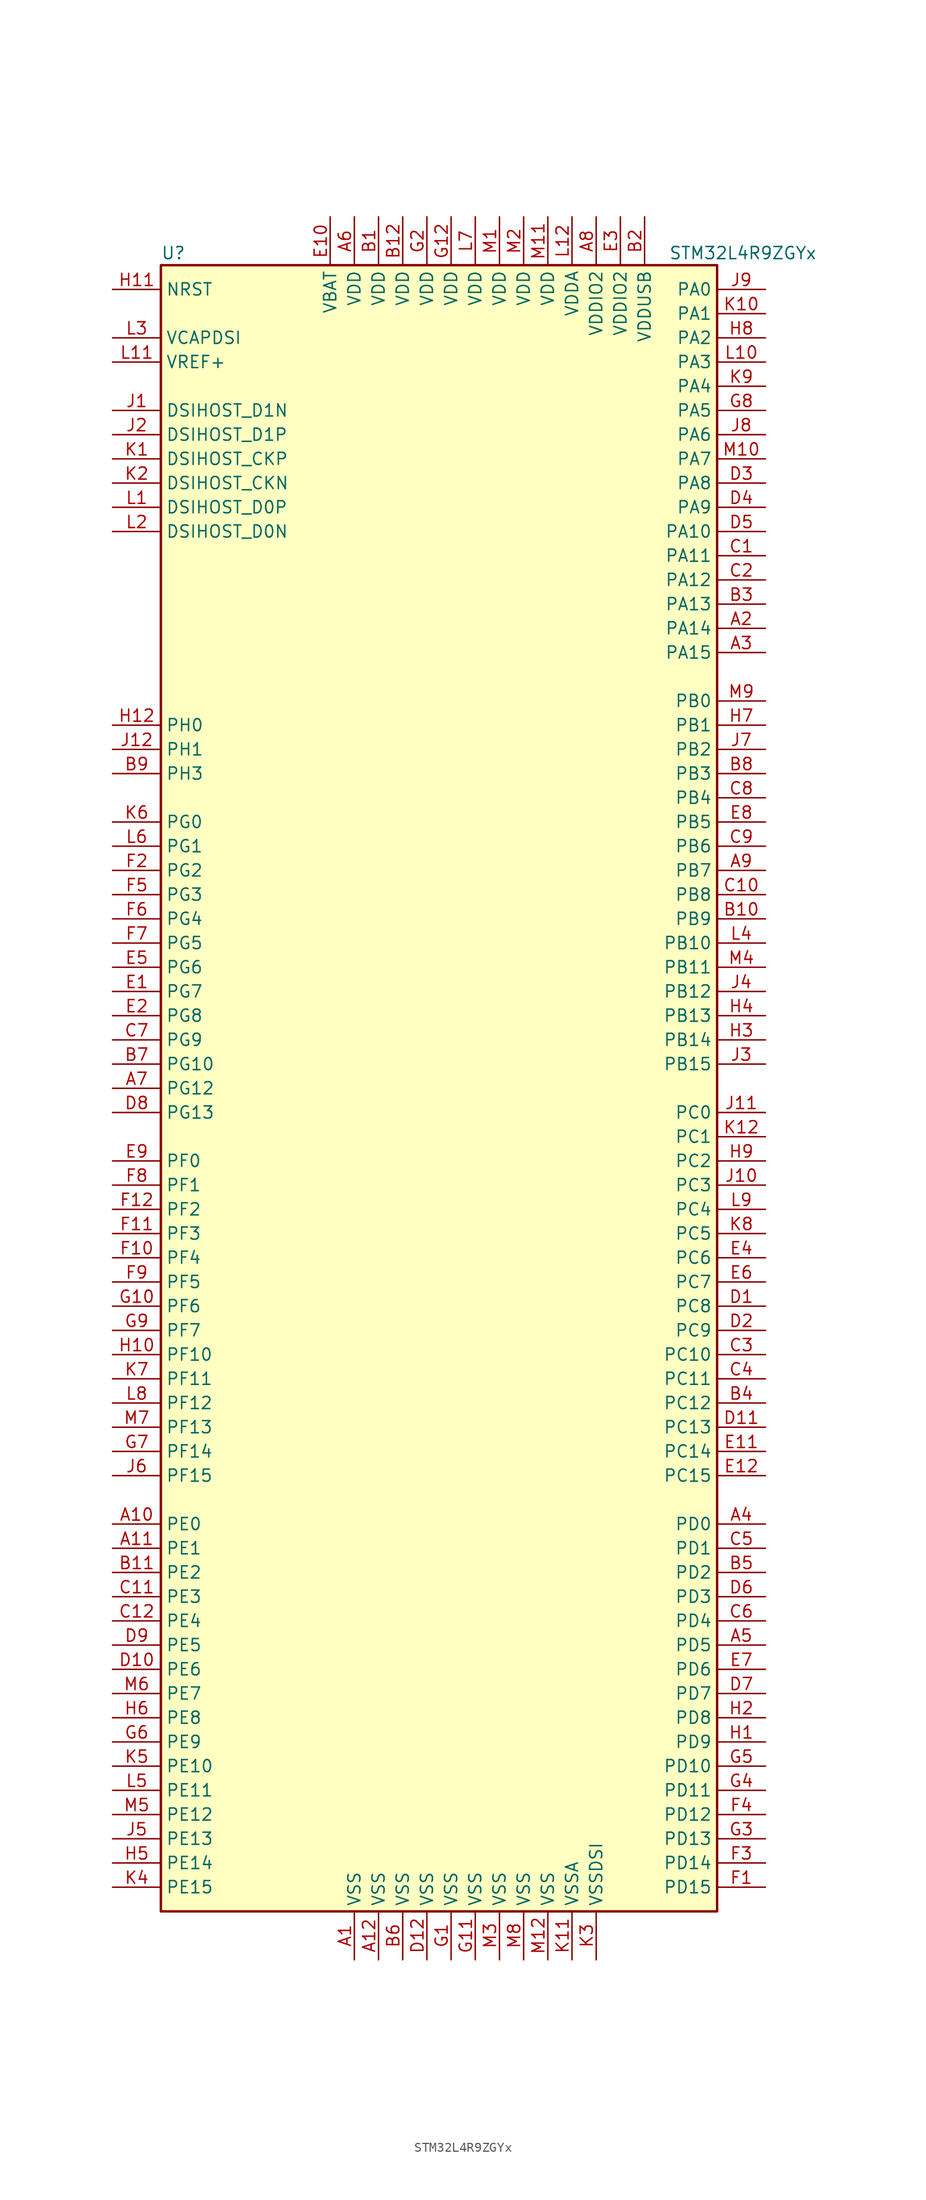
<source format=kicad_sym>
(kicad_symbol_lib
  (version 20220914)
  (generator kicad_symbol_editor)
  (symbol "STM32L4R9ZGYx"
    (property "Reference" "U"
      (at -30.48 87.63 0)
      (effects (font (size 1.27 1.27)) (justify left)))
    (property "Value" "STM32L4R9ZGYx"
      (at 22.86 87.63 0)
      (effects (font (size 1.27 1.27)) (justify left)))
    (symbol "STM32L4R9ZGYx_0_1"
      (rectangle (start -30.48 -86.36) (end 27.94 86.36) (stroke (width 0.254) (type default)) (fill (type background))))
    (symbol "STM32L4R9ZGYx_1_1"
      (pin power_in line (at -10.16 -91.44 90) (length 5.08) (name "VSS" (effects (font (size 1.27 1.27)))) (number "A1" (effects (font (size 1.27 1.27)))))
      (pin bidirectional line (at -35.56 -45.72 0) (length 5.08) (name "PE0" (effects (font (size 1.27 1.27)))) (number "A10" (effects (font (size 1.27 1.27)))))
      (pin bidirectional line (at -35.56 -48.26 0) (length 5.08) (name "PE1" (effects (font (size 1.27 1.27)))) (number "A11" (effects (font (size 1.27 1.27)))))
      (pin power_in line (at -7.62 -91.44 90) (length 5.08) (name "VSS" (effects (font (size 1.27 1.27)))) (number "A12" (effects (font (size 1.27 1.27)))))
      (pin bidirectional line (at 33.02 48.26 180) (length 5.08) (name "PA14" (effects (font (size 1.27 1.27)))) (number "A2" (effects (font (size 1.27 1.27)))))
      (pin bidirectional line (at 33.02 45.72 180) (length 5.08) (name "PA15" (effects (font (size 1.27 1.27)))) (number "A3" (effects (font (size 1.27 1.27)))))
      (pin bidirectional line (at 33.02 -45.72 180) (length 5.08) (name "PD0" (effects (font (size 1.27 1.27)))) (number "A4" (effects (font (size 1.27 1.27)))))
      (pin bidirectional line (at 33.02 -58.42 180) (length 5.08) (name "PD5" (effects (font (size 1.27 1.27)))) (number "A5" (effects (font (size 1.27 1.27)))))
      (pin power_in line (at -10.16 91.44 270) (length 5.08) (name "VDD" (effects (font (size 1.27 1.27)))) (number "A6" (effects (font (size 1.27 1.27)))))
      (pin bidirectional line (at -35.56 0 0) (length 5.08) (name "PG12" (effects (font (size 1.27 1.27)))) (number "A7" (effects (font (size 1.27 1.27)))))
      (pin power_in line (at 15.24 91.44 270) (length 5.08) (name "VDDIO2" (effects (font (size 1.27 1.27)))) (number "A8" (effects (font (size 1.27 1.27)))))
      (pin bidirectional line (at 33.02 22.86 180) (length 5.08) (name "PB7" (effects (font (size 1.27 1.27)))) (number "A9" (effects (font (size 1.27 1.27)))))
      (pin power_in line (at -7.62 91.44 270) (length 5.08) (name "VDD" (effects (font (size 1.27 1.27)))) (number "B1" (effects (font (size 1.27 1.27)))))
      (pin bidirectional line (at 33.02 17.78 180) (length 5.08) (name "PB9" (effects (font (size 1.27 1.27)))) (number "B10" (effects (font (size 1.27 1.27)))))
      (pin bidirectional line (at -35.56 -50.8 0) (length 5.08) (name "PE2" (effects (font (size 1.27 1.27)))) (number "B11" (effects (font (size 1.27 1.27)))))
      (pin power_in line (at -5.08 91.44 270) (length 5.08) (name "VDD" (effects (font (size 1.27 1.27)))) (number "B12" (effects (font (size 1.27 1.27)))))
      (pin power_in line (at 20.32 91.44 270) (length 5.08) (name "VDDUSB" (effects (font (size 1.27 1.27)))) (number "B2" (effects (font (size 1.27 1.27)))))
      (pin bidirectional line (at 33.02 50.8 180) (length 5.08) (name "PA13" (effects (font (size 1.27 1.27)))) (number "B3" (effects (font (size 1.27 1.27)))))
      (pin bidirectional line (at 33.02 -33.02 180) (length 5.08) (name "PC12" (effects (font (size 1.27 1.27)))) (number "B4" (effects (font (size 1.27 1.27)))))
      (pin bidirectional line (at 33.02 -50.8 180) (length 5.08) (name "PD2" (effects (font (size 1.27 1.27)))) (number "B5" (effects (font (size 1.27 1.27)))))
      (pin power_in line (at -5.08 -91.44 90) (length 5.08) (name "VSS" (effects (font (size 1.27 1.27)))) (number "B6" (effects (font (size 1.27 1.27)))))
      (pin bidirectional line (at -35.56 2.54 0) (length 5.08) (name "PG10" (effects (font (size 1.27 1.27)))) (number "B7" (effects (font (size 1.27 1.27)))))
      (pin bidirectional line (at 33.02 33.02 180) (length 5.08) (name "PB3" (effects (font (size 1.27 1.27)))) (number "B8" (effects (font (size 1.27 1.27)))))
      (pin bidirectional line (at -35.56 33.02 0) (length 5.08) (name "PH3" (effects (font (size 1.27 1.27)))) (number "B9" (effects (font (size 1.27 1.27)))))
      (pin bidirectional line (at 33.02 55.88 180) (length 5.08) (name "PA11" (effects (font (size 1.27 1.27)))) (number "C1" (effects (font (size 1.27 1.27)))))
      (pin bidirectional line (at 33.02 20.32 180) (length 5.08) (name "PB8" (effects (font (size 1.27 1.27)))) (number "C10" (effects (font (size 1.27 1.27)))))
      (pin bidirectional line (at -35.56 -53.34 0) (length 5.08) (name "PE3" (effects (font (size 1.27 1.27)))) (number "C11" (effects (font (size 1.27 1.27)))))
      (pin bidirectional line (at -35.56 -55.88 0) (length 5.08) (name "PE4" (effects (font (size 1.27 1.27)))) (number "C12" (effects (font (size 1.27 1.27)))))
      (pin bidirectional line (at 33.02 53.34 180) (length 5.08) (name "PA12" (effects (font (size 1.27 1.27)))) (number "C2" (effects (font (size 1.27 1.27)))))
      (pin bidirectional line (at 33.02 -27.94 180) (length 5.08) (name "PC10" (effects (font (size 1.27 1.27)))) (number "C3" (effects (font (size 1.27 1.27)))))
      (pin bidirectional line (at 33.02 -30.48 180) (length 5.08) (name "PC11" (effects (font (size 1.27 1.27)))) (number "C4" (effects (font (size 1.27 1.27)))))
      (pin bidirectional line (at 33.02 -48.26 180) (length 5.08) (name "PD1" (effects (font (size 1.27 1.27)))) (number "C5" (effects (font (size 1.27 1.27)))))
      (pin bidirectional line (at 33.02 -55.88 180) (length 5.08) (name "PD4" (effects (font (size 1.27 1.27)))) (number "C6" (effects (font (size 1.27 1.27)))))
      (pin bidirectional line (at -35.56 5.08 0) (length 5.08) (name "PG9" (effects (font (size 1.27 1.27)))) (number "C7" (effects (font (size 1.27 1.27)))))
      (pin bidirectional line (at 33.02 30.48 180) (length 5.08) (name "PB4" (effects (font (size 1.27 1.27)))) (number "C8" (effects (font (size 1.27 1.27)))))
      (pin bidirectional line (at 33.02 25.4 180) (length 5.08) (name "PB6" (effects (font (size 1.27 1.27)))) (number "C9" (effects (font (size 1.27 1.27)))))
      (pin bidirectional line (at 33.02 -22.86 180) (length 5.08) (name "PC8" (effects (font (size 1.27 1.27)))) (number "D1" (effects (font (size 1.27 1.27)))))
      (pin bidirectional line (at -35.56 -60.96 0) (length 5.08) (name "PE6" (effects (font (size 1.27 1.27)))) (number "D10" (effects (font (size 1.27 1.27)))))
      (pin bidirectional line (at 33.02 -35.56 180) (length 5.08) (name "PC13" (effects (font (size 1.27 1.27)))) (number "D11" (effects (font (size 1.27 1.27)))))
      (pin power_in line (at -2.54 -91.44 90) (length 5.08) (name "VSS" (effects (font (size 1.27 1.27)))) (number "D12" (effects (font (size 1.27 1.27)))))
      (pin bidirectional line (at 33.02 -25.4 180) (length 5.08) (name "PC9" (effects (font (size 1.27 1.27)))) (number "D2" (effects (font (size 1.27 1.27)))))
      (pin bidirectional line (at 33.02 63.5 180) (length 5.08) (name "PA8" (effects (font (size 1.27 1.27)))) (number "D3" (effects (font (size 1.27 1.27)))))
      (pin bidirectional line (at 33.02 60.96 180) (length 5.08) (name "PA9" (effects (font (size 1.27 1.27)))) (number "D4" (effects (font (size 1.27 1.27)))))
      (pin bidirectional line (at 33.02 58.42 180) (length 5.08) (name "PA10" (effects (font (size 1.27 1.27)))) (number "D5" (effects (font (size 1.27 1.27)))))
      (pin bidirectional line (at 33.02 -53.34 180) (length 5.08) (name "PD3" (effects (font (size 1.27 1.27)))) (number "D6" (effects (font (size 1.27 1.27)))))
      (pin bidirectional line (at 33.02 -63.5 180) (length 5.08) (name "PD7" (effects (font (size 1.27 1.27)))) (number "D7" (effects (font (size 1.27 1.27)))))
      (pin bidirectional line (at -35.56 -2.54 0) (length 5.08) (name "PG13" (effects (font (size 1.27 1.27)))) (number "D8" (effects (font (size 1.27 1.27)))))
      (pin bidirectional line (at -35.56 -58.42 0) (length 5.08) (name "PE5" (effects (font (size 1.27 1.27)))) (number "D9" (effects (font (size 1.27 1.27)))))
      (pin bidirectional line (at -35.56 10.16 0) (length 5.08) (name "PG7" (effects (font (size 1.27 1.27)))) (number "E1" (effects (font (size 1.27 1.27)))))
      (pin power_in line (at -12.7 91.44 270) (length 5.08) (name "VBAT" (effects (font (size 1.27 1.27)))) (number "E10" (effects (font (size 1.27 1.27)))))
      (pin bidirectional line (at 33.02 -38.1 180) (length 5.08) (name "PC14" (effects (font (size 1.27 1.27)))) (number "E11" (effects (font (size 1.27 1.27)))))
      (pin bidirectional line (at 33.02 -40.64 180) (length 5.08) (name "PC15" (effects (font (size 1.27 1.27)))) (number "E12" (effects (font (size 1.27 1.27)))))
      (pin bidirectional line (at -35.56 7.62 0) (length 5.08) (name "PG8" (effects (font (size 1.27 1.27)))) (number "E2" (effects (font (size 1.27 1.27)))))
      (pin power_in line (at 17.78 91.44 270) (length 5.08) (name "VDDIO2" (effects (font (size 1.27 1.27)))) (number "E3" (effects (font (size 1.27 1.27)))))
      (pin bidirectional line (at 33.02 -17.78 180) (length 5.08) (name "PC6" (effects (font (size 1.27 1.27)))) (number "E4" (effects (font (size 1.27 1.27)))))
      (pin bidirectional line (at -35.56 12.7 0) (length 5.08) (name "PG6" (effects (font (size 1.27 1.27)))) (number "E5" (effects (font (size 1.27 1.27)))))
      (pin bidirectional line (at 33.02 -20.32 180) (length 5.08) (name "PC7" (effects (font (size 1.27 1.27)))) (number "E6" (effects (font (size 1.27 1.27)))))
      (pin bidirectional line (at 33.02 -60.96 180) (length 5.08) (name "PD6" (effects (font (size 1.27 1.27)))) (number "E7" (effects (font (size 1.27 1.27)))))
      (pin bidirectional line (at 33.02 27.94 180) (length 5.08) (name "PB5" (effects (font (size 1.27 1.27)))) (number "E8" (effects (font (size 1.27 1.27)))))
      (pin bidirectional line (at -35.56 -7.62 0) (length 5.08) (name "PF0" (effects (font (size 1.27 1.27)))) (number "E9" (effects (font (size 1.27 1.27)))))
      (pin bidirectional line (at 33.02 -83.82 180) (length 5.08) (name "PD15" (effects (font (size 1.27 1.27)))) (number "F1" (effects (font (size 1.27 1.27)))))
      (pin bidirectional line (at -35.56 -17.78 0) (length 5.08) (name "PF4" (effects (font (size 1.27 1.27)))) (number "F10" (effects (font (size 1.27 1.27)))))
      (pin bidirectional line (at -35.56 -15.24 0) (length 5.08) (name "PF3" (effects (font (size 1.27 1.27)))) (number "F11" (effects (font (size 1.27 1.27)))))
      (pin bidirectional line (at -35.56 -12.7 0) (length 5.08) (name "PF2" (effects (font (size 1.27 1.27)))) (number "F12" (effects (font (size 1.27 1.27)))))
      (pin bidirectional line (at -35.56 22.86 0) (length 5.08) (name "PG2" (effects (font (size 1.27 1.27)))) (number "F2" (effects (font (size 1.27 1.27)))))
      (pin bidirectional line (at 33.02 -81.28 180) (length 5.08) (name "PD14" (effects (font (size 1.27 1.27)))) (number "F3" (effects (font (size 1.27 1.27)))))
      (pin bidirectional line (at 33.02 -76.2 180) (length 5.08) (name "PD12" (effects (font (size 1.27 1.27)))) (number "F4" (effects (font (size 1.27 1.27)))))
      (pin bidirectional line (at -35.56 20.32 0) (length 5.08) (name "PG3" (effects (font (size 1.27 1.27)))) (number "F5" (effects (font (size 1.27 1.27)))))
      (pin bidirectional line (at -35.56 17.78 0) (length 5.08) (name "PG4" (effects (font (size 1.27 1.27)))) (number "F6" (effects (font (size 1.27 1.27)))))
      (pin bidirectional line (at -35.56 15.24 0) (length 5.08) (name "PG5" (effects (font (size 1.27 1.27)))) (number "F7" (effects (font (size 1.27 1.27)))))
      (pin bidirectional line (at -35.56 -10.16 0) (length 5.08) (name "PF1" (effects (font (size 1.27 1.27)))) (number "F8" (effects (font (size 1.27 1.27)))))
      (pin bidirectional line (at -35.56 -20.32 0) (length 5.08) (name "PF5" (effects (font (size 1.27 1.27)))) (number "F9" (effects (font (size 1.27 1.27)))))
      (pin power_in line (at 0 -91.44 90) (length 5.08) (name "VSS" (effects (font (size 1.27 1.27)))) (number "G1" (effects (font (size 1.27 1.27)))))
      (pin bidirectional line (at -35.56 -22.86 0) (length 5.08) (name "PF6" (effects (font (size 1.27 1.27)))) (number "G10" (effects (font (size 1.27 1.27)))))
      (pin power_in line (at 2.54 -91.44 90) (length 5.08) (name "VSS" (effects (font (size 1.27 1.27)))) (number "G11" (effects (font (size 1.27 1.27)))))
      (pin power_in line (at 0 91.44 270) (length 5.08) (name "VDD" (effects (font (size 1.27 1.27)))) (number "G12" (effects (font (size 1.27 1.27)))))
      (pin power_in line (at -2.54 91.44 270) (length 5.08) (name "VDD" (effects (font (size 1.27 1.27)))) (number "G2" (effects (font (size 1.27 1.27)))))
      (pin bidirectional line (at 33.02 -78.74 180) (length 5.08) (name "PD13" (effects (font (size 1.27 1.27)))) (number "G3" (effects (font (size 1.27 1.27)))))
      (pin bidirectional line (at 33.02 -73.66 180) (length 5.08) (name "PD11" (effects (font (size 1.27 1.27)))) (number "G4" (effects (font (size 1.27 1.27)))))
      (pin bidirectional line (at 33.02 -71.12 180) (length 5.08) (name "PD10" (effects (font (size 1.27 1.27)))) (number "G5" (effects (font (size 1.27 1.27)))))
      (pin bidirectional line (at -35.56 -68.58 0) (length 5.08) (name "PE9" (effects (font (size 1.27 1.27)))) (number "G6" (effects (font (size 1.27 1.27)))))
      (pin bidirectional line (at -35.56 -38.1 0) (length 5.08) (name "PF14" (effects (font (size 1.27 1.27)))) (number "G7" (effects (font (size 1.27 1.27)))))
      (pin bidirectional line (at 33.02 71.12 180) (length 5.08) (name "PA5" (effects (font (size 1.27 1.27)))) (number "G8" (effects (font (size 1.27 1.27)))))
      (pin bidirectional line (at -35.56 -25.4 0) (length 5.08) (name "PF7" (effects (font (size 1.27 1.27)))) (number "G9" (effects (font (size 1.27 1.27)))))
      (pin bidirectional line (at 33.02 -68.58 180) (length 5.08) (name "PD9" (effects (font (size 1.27 1.27)))) (number "H1" (effects (font (size 1.27 1.27)))))
      (pin bidirectional line (at -35.56 -27.94 0) (length 5.08) (name "PF10" (effects (font (size 1.27 1.27)))) (number "H10" (effects (font (size 1.27 1.27)))))
      (pin input line (at -35.56 83.82 0) (length 5.08) (name "NRST" (effects (font (size 1.27 1.27)))) (number "H11" (effects (font (size 1.27 1.27)))))
      (pin input line (at -35.56 38.1 0) (length 5.08) (name "PH0" (effects (font (size 1.27 1.27)))) (number "H12" (effects (font (size 1.27 1.27)))))
      (pin bidirectional line (at 33.02 -66.04 180) (length 5.08) (name "PD8" (effects (font (size 1.27 1.27)))) (number "H2" (effects (font (size 1.27 1.27)))))
      (pin bidirectional line (at 33.02 5.08 180) (length 5.08) (name "PB14" (effects (font (size 1.27 1.27)))) (number "H3" (effects (font (size 1.27 1.27)))))
      (pin bidirectional line (at 33.02 7.62 180) (length 5.08) (name "PB13" (effects (font (size 1.27 1.27)))) (number "H4" (effects (font (size 1.27 1.27)))))
      (pin bidirectional line (at -35.56 -81.28 0) (length 5.08) (name "PE14" (effects (font (size 1.27 1.27)))) (number "H5" (effects (font (size 1.27 1.27)))))
      (pin bidirectional line (at -35.56 -66.04 0) (length 5.08) (name "PE8" (effects (font (size 1.27 1.27)))) (number "H6" (effects (font (size 1.27 1.27)))))
      (pin bidirectional line (at 33.02 38.1 180) (length 5.08) (name "PB1" (effects (font (size 1.27 1.27)))) (number "H7" (effects (font (size 1.27 1.27)))))
      (pin bidirectional line (at 33.02 78.74 180) (length 5.08) (name "PA2" (effects (font (size 1.27 1.27)))) (number "H8" (effects (font (size 1.27 1.27)))))
      (pin bidirectional line (at 33.02 -7.62 180) (length 5.08) (name "PC2" (effects (font (size 1.27 1.27)))) (number "H9" (effects (font (size 1.27 1.27)))))
      (pin bidirectional line (at -35.56 71.12 0) (length 5.08) (name "DSIHOST_D1N" (effects (font (size 1.27 1.27)))) (number "J1" (effects (font (size 1.27 1.27)))))
      (pin bidirectional line (at 33.02 -10.16 180) (length 5.08) (name "PC3" (effects (font (size 1.27 1.27)))) (number "J10" (effects (font (size 1.27 1.27)))))
      (pin bidirectional line (at 33.02 -2.54 180) (length 5.08) (name "PC0" (effects (font (size 1.27 1.27)))) (number "J11" (effects (font (size 1.27 1.27)))))
      (pin input line (at -35.56 35.56 0) (length 5.08) (name "PH1" (effects (font (size 1.27 1.27)))) (number "J12" (effects (font (size 1.27 1.27)))))
      (pin bidirectional line (at -35.56 68.58 0) (length 5.08) (name "DSIHOST_D1P" (effects (font (size 1.27 1.27)))) (number "J2" (effects (font (size 1.27 1.27)))))
      (pin bidirectional line (at 33.02 2.54 180) (length 5.08) (name "PB15" (effects (font (size 1.27 1.27)))) (number "J3" (effects (font (size 1.27 1.27)))))
      (pin bidirectional line (at 33.02 10.16 180) (length 5.08) (name "PB12" (effects (font (size 1.27 1.27)))) (number "J4" (effects (font (size 1.27 1.27)))))
      (pin bidirectional line (at -35.56 -78.74 0) (length 5.08) (name "PE13" (effects (font (size 1.27 1.27)))) (number "J5" (effects (font (size 1.27 1.27)))))
      (pin bidirectional line (at -35.56 -40.64 0) (length 5.08) (name "PF15" (effects (font (size 1.27 1.27)))) (number "J6" (effects (font (size 1.27 1.27)))))
      (pin bidirectional line (at 33.02 35.56 180) (length 5.08) (name "PB2" (effects (font (size 1.27 1.27)))) (number "J7" (effects (font (size 1.27 1.27)))))
      (pin bidirectional line (at 33.02 68.58 180) (length 5.08) (name "PA6" (effects (font (size 1.27 1.27)))) (number "J8" (effects (font (size 1.27 1.27)))))
      (pin bidirectional line (at 33.02 83.82 180) (length 5.08) (name "PA0" (effects (font (size 1.27 1.27)))) (number "J9" (effects (font (size 1.27 1.27)))))
      (pin bidirectional line (at -35.56 66.04 0) (length 5.08) (name "DSIHOST_CKP" (effects (font (size 1.27 1.27)))) (number "K1" (effects (font (size 1.27 1.27)))))
      (pin bidirectional line (at 33.02 81.28 180) (length 5.08) (name "PA1" (effects (font (size 1.27 1.27)))) (number "K10" (effects (font (size 1.27 1.27)))))
      (pin power_in line (at 12.7 -91.44 90) (length 5.08) (name "VSSA" (effects (font (size 1.27 1.27)))) (number "K11" (effects (font (size 1.27 1.27)))))
      (pin bidirectional line (at 33.02 -5.08 180) (length 5.08) (name "PC1" (effects (font (size 1.27 1.27)))) (number "K12" (effects (font (size 1.27 1.27)))))
      (pin bidirectional line (at -35.56 63.5 0) (length 5.08) (name "DSIHOST_CKN" (effects (font (size 1.27 1.27)))) (number "K2" (effects (font (size 1.27 1.27)))))
      (pin power_in line (at 15.24 -91.44 90) (length 5.08) (name "VSSDSI" (effects (font (size 1.27 1.27)))) (number "K3" (effects (font (size 1.27 1.27)))))
      (pin bidirectional line (at -35.56 -83.82 0) (length 5.08) (name "PE15" (effects (font (size 1.27 1.27)))) (number "K4" (effects (font (size 1.27 1.27)))))
      (pin bidirectional line (at -35.56 -71.12 0) (length 5.08) (name "PE10" (effects (font (size 1.27 1.27)))) (number "K5" (effects (font (size 1.27 1.27)))))
      (pin bidirectional line (at -35.56 27.94 0) (length 5.08) (name "PG0" (effects (font (size 1.27 1.27)))) (number "K6" (effects (font (size 1.27 1.27)))))
      (pin bidirectional line (at -35.56 -30.48 0) (length 5.08) (name "PF11" (effects (font (size 1.27 1.27)))) (number "K7" (effects (font (size 1.27 1.27)))))
      (pin bidirectional line (at 33.02 -15.24 180) (length 5.08) (name "PC5" (effects (font (size 1.27 1.27)))) (number "K8" (effects (font (size 1.27 1.27)))))
      (pin bidirectional line (at 33.02 73.66 180) (length 5.08) (name "PA4" (effects (font (size 1.27 1.27)))) (number "K9" (effects (font (size 1.27 1.27)))))
      (pin bidirectional line (at -35.56 60.96 0) (length 5.08) (name "DSIHOST_D0P" (effects (font (size 1.27 1.27)))) (number "L1" (effects (font (size 1.27 1.27)))))
      (pin bidirectional line (at 33.02 76.2 180) (length 5.08) (name "PA3" (effects (font (size 1.27 1.27)))) (number "L10" (effects (font (size 1.27 1.27)))))
      (pin bidirectional line (at -35.56 76.2 0) (length 5.08) (name "VREF+" (effects (font (size 1.27 1.27)))) (number "L11" (effects (font (size 1.27 1.27)))))
      (pin power_in line (at 12.7 91.44 270) (length 5.08) (name "VDDA" (effects (font (size 1.27 1.27)))) (number "L12" (effects (font (size 1.27 1.27)))))
      (pin bidirectional line (at -35.56 58.42 0) (length 5.08) (name "DSIHOST_D0N" (effects (font (size 1.27 1.27)))) (number "L2" (effects (font (size 1.27 1.27)))))
      (pin power_in line (at -35.56 78.74 0) (length 5.08) (name "VCAPDSI" (effects (font (size 1.27 1.27)))) (number "L3" (effects (font (size 1.27 1.27)))))
      (pin bidirectional line (at 33.02 15.24 180) (length 5.08) (name "PB10" (effects (font (size 1.27 1.27)))) (number "L4" (effects (font (size 1.27 1.27)))))
      (pin bidirectional line (at -35.56 -73.66 0) (length 5.08) (name "PE11" (effects (font (size 1.27 1.27)))) (number "L5" (effects (font (size 1.27 1.27)))))
      (pin bidirectional line (at -35.56 25.4 0) (length 5.08) (name "PG1" (effects (font (size 1.27 1.27)))) (number "L6" (effects (font (size 1.27 1.27)))))
      (pin power_in line (at 2.54 91.44 270) (length 5.08) (name "VDD" (effects (font (size 1.27 1.27)))) (number "L7" (effects (font (size 1.27 1.27)))))
      (pin bidirectional line (at -35.56 -33.02 0) (length 5.08) (name "PF12" (effects (font (size 1.27 1.27)))) (number "L8" (effects (font (size 1.27 1.27)))))
      (pin bidirectional line (at 33.02 -12.7 180) (length 5.08) (name "PC4" (effects (font (size 1.27 1.27)))) (number "L9" (effects (font (size 1.27 1.27)))))
      (pin power_in line (at 5.08 91.44 270) (length 5.08) (name "VDD" (effects (font (size 1.27 1.27)))) (number "M1" (effects (font (size 1.27 1.27)))))
      (pin bidirectional line (at 33.02 66.04 180) (length 5.08) (name "PA7" (effects (font (size 1.27 1.27)))) (number "M10" (effects (font (size 1.27 1.27)))))
      (pin power_in line (at 10.16 91.44 270) (length 5.08) (name "VDD" (effects (font (size 1.27 1.27)))) (number "M11" (effects (font (size 1.27 1.27)))))
      (pin power_in line (at 10.16 -91.44 90) (length 5.08) (name "VSS" (effects (font (size 1.27 1.27)))) (number "M12" (effects (font (size 1.27 1.27)))))
      (pin power_in line (at 7.62 91.44 270) (length 5.08) (name "VDD" (effects (font (size 1.27 1.27)))) (number "M2" (effects (font (size 1.27 1.27)))))
      (pin power_in line (at 5.08 -91.44 90) (length 5.08) (name "VSS" (effects (font (size 1.27 1.27)))) (number "M3" (effects (font (size 1.27 1.27)))))
      (pin bidirectional line (at 33.02 12.7 180) (length 5.08) (name "PB11" (effects (font (size 1.27 1.27)))) (number "M4" (effects (font (size 1.27 1.27)))))
      (pin bidirectional line (at -35.56 -76.2 0) (length 5.08) (name "PE12" (effects (font (size 1.27 1.27)))) (number "M5" (effects (font (size 1.27 1.27)))))
      (pin bidirectional line (at -35.56 -63.5 0) (length 5.08) (name "PE7" (effects (font (size 1.27 1.27)))) (number "M6" (effects (font (size 1.27 1.27)))))
      (pin bidirectional line (at -35.56 -35.56 0) (length 5.08) (name "PF13" (effects (font (size 1.27 1.27)))) (number "M7" (effects (font (size 1.27 1.27)))))
      (pin power_in line (at 7.62 -91.44 90) (length 5.08) (name "VSS" (effects (font (size 1.27 1.27)))) (number "M8" (effects (font (size 1.27 1.27)))))
      (pin bidirectional line (at 33.02 40.64 180) (length 5.08) (name "PB0" (effects (font (size 1.27 1.27)))) (number "M9" (effects (font (size 1.27 1.27))))))))
</source>
